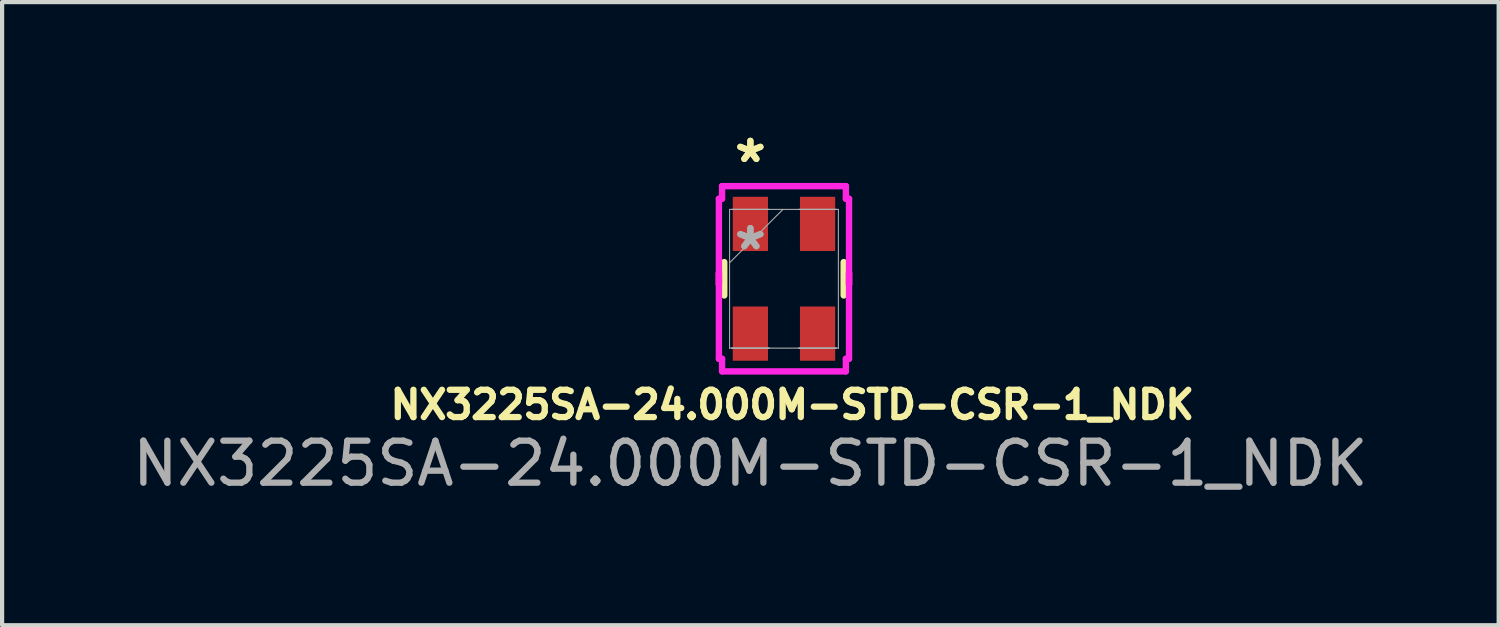
<source format=kicad_pcb>
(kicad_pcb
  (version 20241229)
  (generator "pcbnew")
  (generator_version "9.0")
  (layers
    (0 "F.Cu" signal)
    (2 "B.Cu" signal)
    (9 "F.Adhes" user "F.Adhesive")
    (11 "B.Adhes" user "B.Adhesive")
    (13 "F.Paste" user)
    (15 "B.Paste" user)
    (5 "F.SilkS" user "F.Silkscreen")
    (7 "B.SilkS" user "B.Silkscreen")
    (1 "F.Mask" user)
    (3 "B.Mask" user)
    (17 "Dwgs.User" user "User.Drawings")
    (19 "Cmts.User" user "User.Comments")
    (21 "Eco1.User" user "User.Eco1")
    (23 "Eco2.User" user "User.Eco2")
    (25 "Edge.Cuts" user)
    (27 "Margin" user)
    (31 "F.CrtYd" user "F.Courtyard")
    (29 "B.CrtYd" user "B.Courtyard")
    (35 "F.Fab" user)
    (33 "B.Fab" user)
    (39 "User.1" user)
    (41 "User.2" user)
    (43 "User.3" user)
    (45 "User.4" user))
  (footprint "NX3225SA-24.000M-STD-CSR-1_NDK"
    (layer "F.Cu")
    (at 15.615 3.587)
    (property "Reference" "NX3225SA-24.000M-STD-CSR-1_NDK" (at 0.2 3 0) (unlocked yes) (layer "F.SilkS") (effects (font (size 0.65 0.65) (thickness 0.15))))
    (attr smd)
    (fp_line (start -1.422 -0.397) (end -1.422 0.397) (stroke (width 0.152) (type solid)) (layer "F.SilkS"))
    (fp_line (start 1.422 0.397) (end 1.422 -0.397) (stroke (width 0.152) (type solid)) (layer "F.SilkS"))
    (fp_line (start -1.549 -1.905) (end -1.474 -1.905) (stroke (width 0.152) (type solid)) (layer "F.CrtYd"))
    (fp_line (start -1.549 -0.127) (end -1.549 -0.127) (stroke (width 0.152) (type solid)) (layer "F.CrtYd"))
    (fp_line (start -1.549 -0.127) (end -1.549 0.127) (stroke (width 0.152) (type solid)) (layer "F.CrtYd"))
    (fp_line (start -1.549 0.127) (end -1.549 -1.905) (stroke (width 0.152) (type solid)) (layer "F.CrtYd"))
    (fp_line (start -1.549 0.127) (end -1.549 0.127) (stroke (width 0.152) (type solid)) (layer "F.CrtYd"))
    (fp_line (start -1.549 1.905) (end -1.549 -0.127) (stroke (width 0.152) (type solid)) (layer "F.CrtYd"))
    (fp_line (start -1.474 -2.205) (end 1.474 -2.205) (stroke (width 0.152) (type solid)) (layer "F.CrtYd"))
    (fp_line (start -1.474 -1.905) (end -1.474 -2.205) (stroke (width 0.152) (type solid)) (layer "F.CrtYd"))
    (fp_line (start -1.474 1.905) (end -1.549 1.905) (stroke (width 0.152) (type solid)) (layer "F.CrtYd"))
    (fp_line (start -1.474 2.205) (end -1.474 1.905) (stroke (width 0.152) (type solid)) (layer "F.CrtYd"))
    (fp_line (start 1.474 -2.205) (end 1.474 -1.905) (stroke (width 0.152) (type solid)) (layer "F.CrtYd"))
    (fp_line (start 1.474 -1.905) (end 1.549 -1.905) (stroke (width 0.152) (type solid)) (layer "F.CrtYd"))
    (fp_line (start 1.474 1.905) (end 1.474 2.205) (stroke (width 0.152) (type solid)) (layer "F.CrtYd"))
    (fp_line (start 1.474 2.205) (end -1.474 2.205) (stroke (width 0.152) (type solid)) (layer "F.CrtYd"))
    (fp_line (start 1.549 -1.905) (end 1.549 0.127) (stroke (width 0.152) (type solid)) (layer "F.CrtYd"))
    (fp_line (start 1.549 -0.127) (end 1.549 -0.127) (stroke (width 0.152) (type solid)) (layer "F.CrtYd"))
    (fp_line (start 1.549 -0.127) (end 1.549 1.905) (stroke (width 0.152) (type solid)) (layer "F.CrtYd"))
    (fp_line (start 1.549 0.127) (end 1.549 -0.127) (stroke (width 0.152) (type solid)) (layer "F.CrtYd"))
    (fp_line (start 1.549 0.127) (end 1.549 0.127) (stroke (width 0.152) (type solid)) (layer "F.CrtYd"))
    (fp_line (start 1.549 1.905) (end 1.474 1.905) (stroke (width 0.152) (type solid)) (layer "F.CrtYd"))
    (fp_line (start -1.295 -1.651) (end -1.295 -1.651) (stroke (width 0.025) (type solid)) (layer "F.Fab"))
    (fp_line (start -1.295 -1.651) (end -1.295 1.651) (stroke (width 0.025) (type solid)) (layer "F.Fab"))
    (fp_line (start -1.295 -0.381) (end -0.025 -1.651) (stroke (width 0.025) (type solid)) (layer "F.Fab"))
    (fp_line (start -1.295 1.651) (end -1.295 1.651) (stroke (width 0.025) (type solid)) (layer "F.Fab"))
    (fp_line (start -1.295 1.651) (end 1.295 1.651) (stroke (width 0.025) (type solid)) (layer "F.Fab"))
    (fp_line (start -1.245 -1.651) (end -1.245 -1.651) (stroke (width 0.025) (type solid)) (layer "F.Fab"))
    (fp_line (start -1.245 -1.651) (end -0.356 -1.651) (stroke (width 0.025) (type solid)) (layer "F.Fab"))
    (fp_line (start -1.245 1.651) (end -1.245 1.651) (stroke (width 0.025) (type solid)) (layer "F.Fab"))
    (fp_line (start -1.245 1.651) (end -0.356 1.651) (stroke (width 0.025) (type solid)) (layer "F.Fab"))
    (fp_line (start -0.356 -1.651) (end -1.245 -1.651) (stroke (width 0.025) (type solid)) (layer "F.Fab"))
    (fp_line (start -0.356 -1.651) (end -0.356 -1.651) (stroke (width 0.025) (type solid)) (layer "F.Fab"))
    (fp_line (start -0.356 1.651) (end -1.245 1.651) (stroke (width 0.025) (type solid)) (layer "F.Fab"))
    (fp_line (start -0.356 1.651) (end -0.356 1.651) (stroke (width 0.025) (type solid)) (layer "F.Fab"))
    (fp_line (start 0.356 -1.651) (end 0.356 -1.651) (stroke (width 0.025) (type solid)) (layer "F.Fab"))
    (fp_line (start 0.356 -1.651) (end 1.245 -1.651) (stroke (width 0.025) (type solid)) (layer "F.Fab"))
    (fp_line (start 0.356 1.651) (end 0.356 1.651) (stroke (width 0.025) (type solid)) (layer "F.Fab"))
    (fp_line (start 0.356 1.651) (end 1.245 1.651) (stroke (width 0.025) (type solid)) (layer "F.Fab"))
    (fp_line (start 1.245 -1.651) (end 0.356 -1.651) (stroke (width 0.025) (type solid)) (layer "F.Fab"))
    (fp_line (start 1.245 -1.651) (end 1.245 -1.651) (stroke (width 0.025) (type solid)) (layer "F.Fab"))
    (fp_line (start 1.245 1.651) (end 0.356 1.651) (stroke (width 0.025) (type solid)) (layer "F.Fab"))
    (fp_line (start 1.245 1.651) (end 1.245 1.651) (stroke (width 0.025) (type solid)) (layer "F.Fab"))
    (fp_line (start 1.295 -1.651) (end -1.295 -1.651) (stroke (width 0.025) (type solid)) (layer "F.Fab"))
    (fp_line (start 1.295 -1.651) (end 1.295 -1.651) (stroke (width 0.025) (type solid)) (layer "F.Fab"))
    (fp_line (start 1.295 1.651) (end 1.295 -1.651) (stroke (width 0.025) (type solid)) (layer "F.Fab"))
    (fp_line (start 1.295 1.651) (end 1.295 1.651) (stroke (width 0.025) (type solid)) (layer "F.Fab"))
    (fp_text user "*" (at -0.8 -2.738 0) (layer "F.SilkS") (effects (font (size 1 1) (thickness 0.15))))
    (fp_text user "*" (at -0.8 -2.738 0) (unlocked yes) (layer "F.SilkS") (effects (font (size 1 1) (thickness 0.15))))
    (fp_text user "${REFERENCE}" (at -0.8 4.4 0) (unlocked yes) (layer "F.Fab") (effects (font (size 1 1) (thickness 0.15))))
    (fp_text user "*" (at -0.8 -0.66 0) (unlocked yes) (layer "F.Fab") (effects (font (size 1 1) (thickness 0.15))))
    (fp_text user "*" (at -0.8 -0.66 0) (layer "F.Fab") (effects (font (size 1 1) (thickness 0.15))))
    (pad "1" smd rect (at -0.8 -1.306) (size 0.839 1.291) (layers "F.Cu" "F.Mask" "F.Paste"))
    (pad "2" smd rect (at -0.8 1.306) (size 0.839 1.291) (layers "F.Cu" "F.Mask" "F.Paste"))
    (pad "3" smd rect (at 0.8 1.306) (size 0.839 1.291) (layers "F.Cu" "F.Mask" "F.Paste"))
    (pad "4" smd rect (at 0.8 -1.306) (size 0.839 1.291) (layers "F.Cu" "F.Mask" "F.Paste")))
  (gr_rect
    (start -3 -3)
    (end 32.631 11.835)
    (stroke (width 0.1) (type default))
    (fill no)
    (layer "Edge.Cuts")))
</source>
